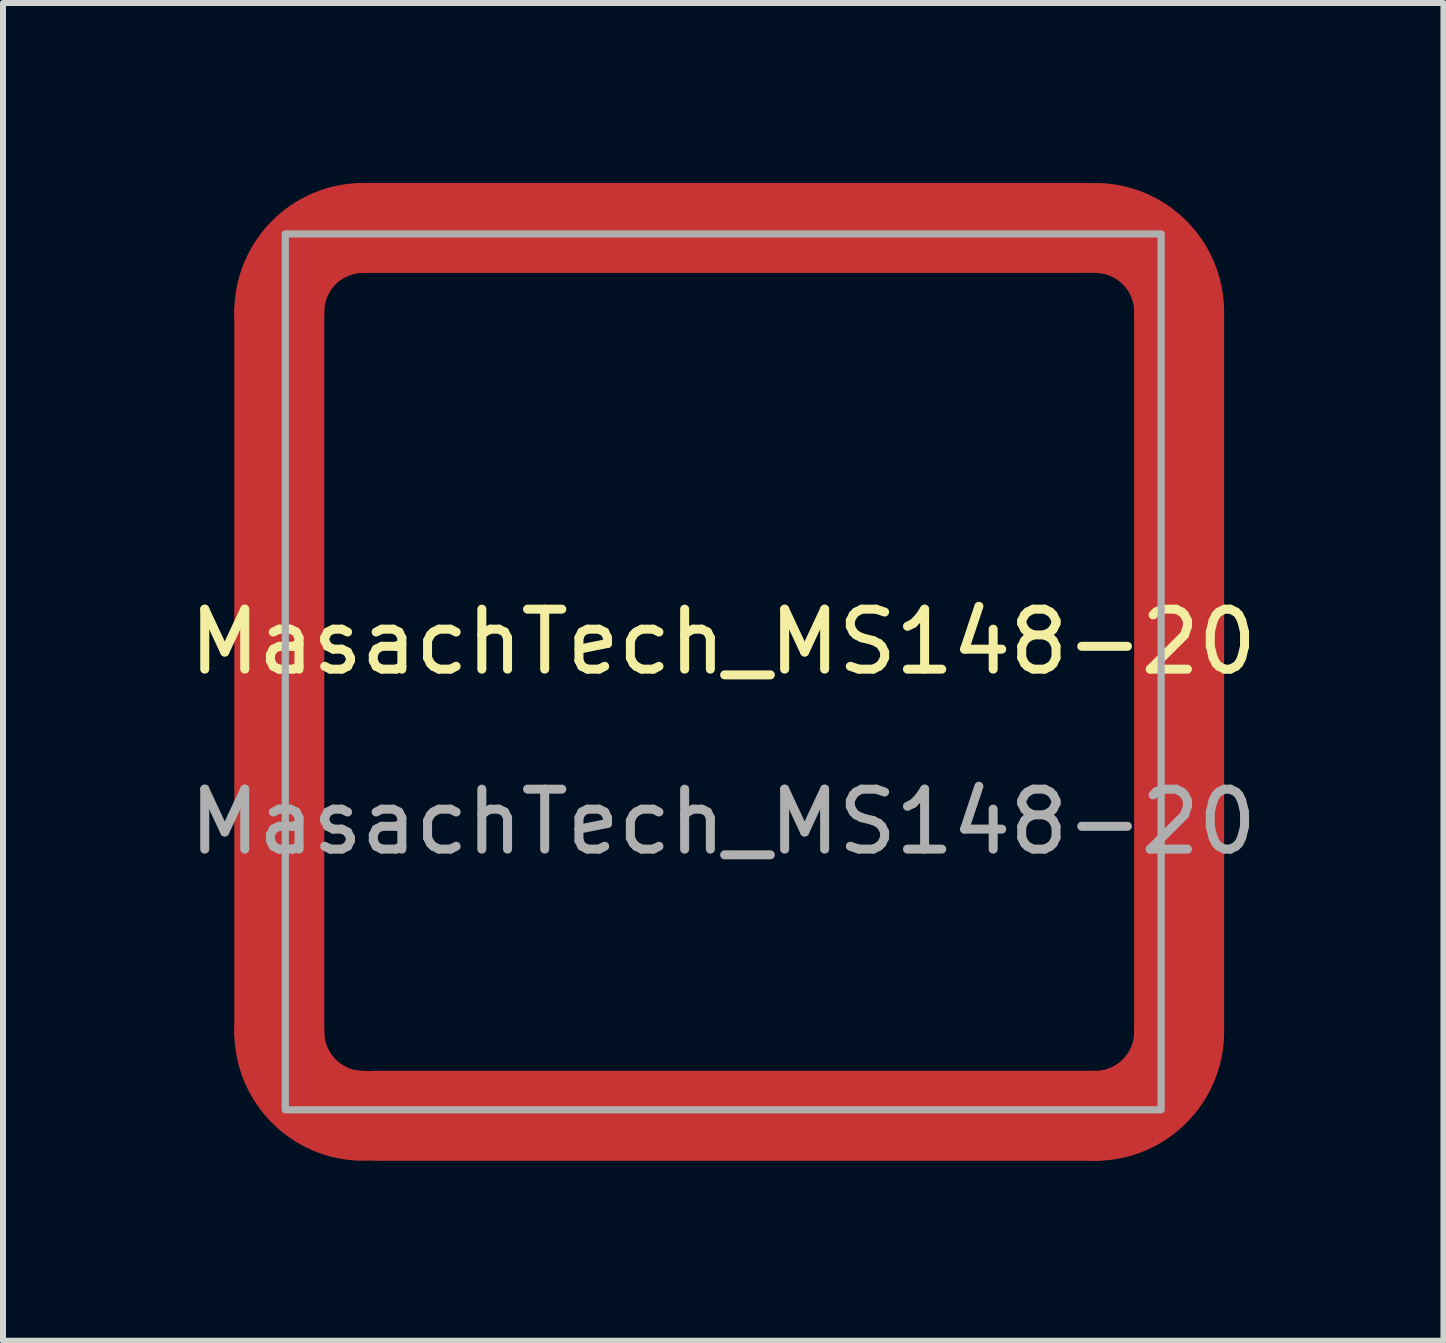
<source format=kicad_pcb>
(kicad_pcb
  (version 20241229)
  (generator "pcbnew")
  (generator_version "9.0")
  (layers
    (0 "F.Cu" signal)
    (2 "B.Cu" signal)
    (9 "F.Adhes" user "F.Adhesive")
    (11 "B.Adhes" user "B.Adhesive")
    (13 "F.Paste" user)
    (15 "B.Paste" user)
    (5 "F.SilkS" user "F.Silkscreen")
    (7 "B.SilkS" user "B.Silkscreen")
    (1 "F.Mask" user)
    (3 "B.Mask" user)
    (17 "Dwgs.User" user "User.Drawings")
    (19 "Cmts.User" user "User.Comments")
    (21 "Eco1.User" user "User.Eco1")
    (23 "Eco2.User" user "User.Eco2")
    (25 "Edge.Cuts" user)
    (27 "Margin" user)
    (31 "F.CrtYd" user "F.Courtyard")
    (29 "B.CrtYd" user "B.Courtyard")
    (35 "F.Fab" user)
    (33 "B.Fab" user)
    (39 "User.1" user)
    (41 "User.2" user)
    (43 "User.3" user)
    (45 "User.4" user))
  (footprint "MasachTech_MS148-20"
    (layer "F.Cu")
    (at 9.006 8.15)
    (property "Reference" "MasachTech_MS148-20" (at 0 -0.5 0) (unlocked yes) (layer "F.SilkS") (effects (font (size 1 1) (thickness 0.15))))
    (attr smd)
    (fp_line (start -7.4 6) (end -7.4 -6) (stroke (width 1.5) (type default)) (layer "F.Cu"))
    (fp_line (start -6 -7.4) (end 6 -7.4) (stroke (width 1.5) (type default)) (layer "F.Cu"))
    (fp_line (start 6.2 7.4) (end -5.8 7.4) (stroke (width 1.5) (type default)) (layer "F.Cu"))
    (fp_line (start 7.6 -6) (end 7.6 6) (stroke (width 1.5) (type default)) (layer "F.Cu"))
    (fp_arc (start -7.4 -6) (mid -6.989949 -6.989949) (end -6 -7.4) (stroke (width 1.5) (type default)) (layer "F.Cu"))
    (fp_arc (start -6 7.4) (mid -6.98995 6.989949) (end -7.4 6) (stroke (width 1.5) (type default)) (layer "F.Cu"))
    (fp_arc (start 6.2 -7.4) (mid 7.189949 -6.989949) (end 7.6 -6) (stroke (width 1.5) (type default)) (layer "F.Cu"))
    (fp_arc (start 7.6 5.999999) (mid 7.189949 6.989949) (end 6.2 7.399999) (stroke (width 1.5) (type default)) (layer "F.Cu"))
    (fp_line (start -7.4 6) (end -7.4 -6) (stroke (width 1.5) (type default)) (layer "F.Mask"))
    (fp_line (start -6 -7.4) (end 6 -7.4) (stroke (width 1.5) (type default)) (layer "F.Mask"))
    (fp_line (start 6.2 7.4) (end -5.8 7.4) (stroke (width 1.5) (type default)) (layer "F.Mask"))
    (fp_line (start 7.6 -6) (end 7.6 6) (stroke (width 1.5) (type default)) (layer "F.Mask"))
    (fp_arc (start -7.4 -6) (mid -6.989949 -6.989949) (end -6 -7.4) (stroke (width 1.5) (type default)) (layer "F.Mask"))
    (fp_arc (start -6 7.4) (mid -6.989949 6.989949) (end -7.4 6) (stroke (width 1.5) (type default)) (layer "F.Mask"))
    (fp_arc (start 6.2 -7.4) (mid 7.189949 -6.989949) (end 7.6 -6) (stroke (width 1.5) (type default)) (layer "F.Mask"))
    (fp_arc (start 7.6 5.999999) (mid 7.189949 6.989948) (end 6.2 7.399999) (stroke (width 1.5) (type default)) (layer "F.Mask"))
    (fp_rect (start -7.3 -7.3) (end 7.3 7.3) (stroke (width 0.12) (type default)) (fill no) (layer "F.Fab"))
    (fp_text user "${REFERENCE}" (at 0 2.5 0) (unlocked yes) (layer "F.Fab") (effects (font (size 1 1) (thickness 0.15)))))
  (gr_rect
    (start -3 -3)
    (end 21.012 19.3)
    (stroke (width 0.1) (type default))
    (fill no)
    (layer "Edge.Cuts")))
</source>
